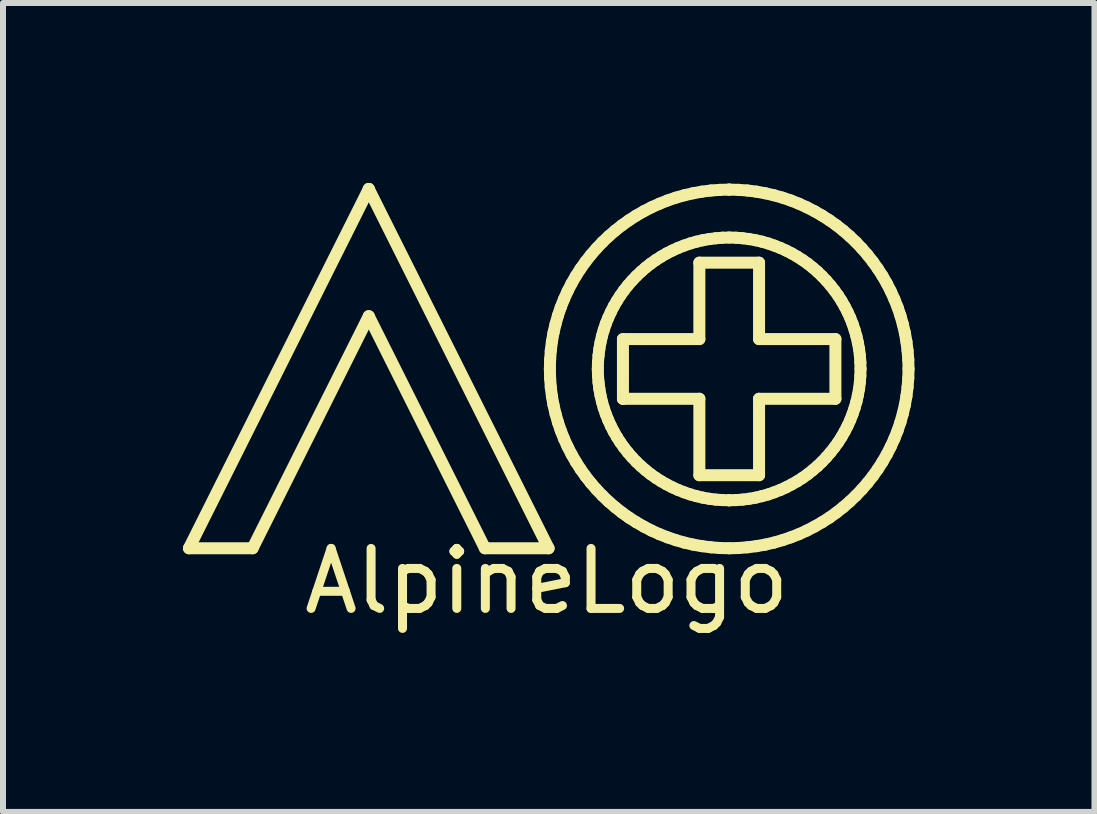
<source format=kicad_pcb>
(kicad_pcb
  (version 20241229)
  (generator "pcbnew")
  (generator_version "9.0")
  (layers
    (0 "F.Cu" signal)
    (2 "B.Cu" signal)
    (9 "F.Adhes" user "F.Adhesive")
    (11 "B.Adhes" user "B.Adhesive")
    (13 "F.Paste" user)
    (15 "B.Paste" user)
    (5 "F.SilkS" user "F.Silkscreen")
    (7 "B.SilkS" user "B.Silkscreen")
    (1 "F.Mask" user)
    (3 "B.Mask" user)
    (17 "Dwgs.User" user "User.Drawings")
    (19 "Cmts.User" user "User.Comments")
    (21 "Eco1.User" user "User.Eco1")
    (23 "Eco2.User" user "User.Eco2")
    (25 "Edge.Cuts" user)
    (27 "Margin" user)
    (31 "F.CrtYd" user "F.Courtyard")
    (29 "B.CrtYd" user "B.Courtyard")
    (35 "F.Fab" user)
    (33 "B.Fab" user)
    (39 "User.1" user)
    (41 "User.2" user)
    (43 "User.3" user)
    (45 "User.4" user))
  (footprint "AlpineLogo"
    (layer "F.Cu")
    (at 6.065 6.138)
    (property "Reference" "AlpineLogo" (at 0 0.5 0) (layer "F.SilkS") (effects (font (size 1 1) (thickness 0.15))))
    (attr through_hole)
    (fp_line (start -5.965 -0.048) (end -2.967 -6.038) (stroke (width 0.2) (type solid)) (layer "F.SilkS"))
    (fp_line (start -4.904 -0.048) (end -5.965 -0.048) (stroke (width 0.2) (type solid)) (layer "F.SilkS"))
    (fp_line (start -2.967 -6.038) (end -2.967 -6.038) (stroke (width 0.2) (type solid)) (layer "F.SilkS"))
    (fp_line (start -2.967 -6.038) (end 0.03 -0.048) (stroke (width 0.2) (type solid)) (layer "F.SilkS"))
    (fp_line (start -2.967 -3.917) (end -4.904 -0.048) (stroke (width 0.2) (type solid)) (layer "F.SilkS"))
    (fp_line (start -1.031 -0.048) (end -2.967 -3.917) (stroke (width 0.2) (type solid)) (layer "F.SilkS"))
    (fp_line (start 0.03 -0.048) (end -1.031 -0.048) (stroke (width 0.2) (type solid)) (layer "F.SilkS"))
    (fp_line (start 0.052 -3.038) (end 0.056 -2.884) (stroke (width 0.2) (type solid)) (layer "F.SilkS"))
    (fp_line (start 0.056 -3.191) (end 0.052 -3.038) (stroke (width 0.2) (type solid)) (layer "F.SilkS"))
    (fp_line (start 0.056 -2.884) (end 0.067 -2.732) (stroke (width 0.2) (type solid)) (layer "F.SilkS"))
    (fp_line (start 0.067 -3.343) (end 0.056 -3.191) (stroke (width 0.2) (type solid)) (layer "F.SilkS"))
    (fp_line (start 0.067 -2.732) (end 0.086 -2.583) (stroke (width 0.2) (type solid)) (layer "F.SilkS"))
    (fp_line (start 0.086 -3.492) (end 0.067 -3.343) (stroke (width 0.2) (type solid)) (layer "F.SilkS"))
    (fp_line (start 0.086 -2.583) (end 0.112 -2.436) (stroke (width 0.2) (type solid)) (layer "F.SilkS"))
    (fp_line (start 0.112 -3.639) (end 0.086 -3.492) (stroke (width 0.2) (type solid)) (layer "F.SilkS"))
    (fp_line (start 0.112 -2.436) (end 0.146 -2.291) (stroke (width 0.2) (type solid)) (layer "F.SilkS"))
    (fp_line (start 0.146 -3.784) (end 0.112 -3.639) (stroke (width 0.2) (type solid)) (layer "F.SilkS"))
    (fp_line (start 0.146 -2.291) (end 0.186 -2.15) (stroke (width 0.2) (type solid)) (layer "F.SilkS"))
    (fp_line (start 0.186 -3.926) (end 0.146 -3.784) (stroke (width 0.2) (type solid)) (layer "F.SilkS"))
    (fp_line (start 0.186 -2.15) (end 0.233 -2.011) (stroke (width 0.2) (type solid)) (layer "F.SilkS"))
    (fp_line (start 0.233 -4.065) (end 0.186 -3.926) (stroke (width 0.2) (type solid)) (layer "F.SilkS"))
    (fp_line (start 0.233 -2.011) (end 0.287 -1.875) (stroke (width 0.2) (type solid)) (layer "F.SilkS"))
    (fp_line (start 0.287 -4.2) (end 0.233 -4.065) (stroke (width 0.2) (type solid)) (layer "F.SilkS"))
    (fp_line (start 0.287 -1.875) (end 0.347 -1.743) (stroke (width 0.2) (type solid)) (layer "F.SilkS"))
    (fp_line (start 0.347 -4.333) (end 0.287 -4.2) (stroke (width 0.2) (type solid)) (layer "F.SilkS"))
    (fp_line (start 0.347 -1.743) (end 0.413 -1.614) (stroke (width 0.2) (type solid)) (layer "F.SilkS"))
    (fp_line (start 0.413 -4.462) (end 0.347 -4.333) (stroke (width 0.2) (type solid)) (layer "F.SilkS"))
    (fp_line (start 0.413 -1.614) (end 0.485 -1.489) (stroke (width 0.2) (type solid)) (layer "F.SilkS"))
    (fp_line (start 0.485 -4.587) (end 0.413 -4.462) (stroke (width 0.2) (type solid)) (layer "F.SilkS"))
    (fp_line (start 0.485 -1.489) (end 0.563 -1.367) (stroke (width 0.2) (type solid)) (layer "F.SilkS"))
    (fp_line (start 0.563 -4.708) (end 0.485 -4.587) (stroke (width 0.2) (type solid)) (layer "F.SilkS"))
    (fp_line (start 0.563 -1.367) (end 0.646 -1.25) (stroke (width 0.2) (type solid)) (layer "F.SilkS"))
    (fp_line (start 0.646 -4.825) (end 0.563 -4.708) (stroke (width 0.2) (type solid)) (layer "F.SilkS"))
    (fp_line (start 0.646 -1.25) (end 0.735 -1.137) (stroke (width 0.2) (type solid)) (layer "F.SilkS"))
    (fp_line (start 0.735 -4.938) (end 0.646 -4.825) (stroke (width 0.2) (type solid)) (layer "F.SilkS"))
    (fp_line (start 0.735 -1.137) (end 0.829 -1.029) (stroke (width 0.2) (type solid)) (layer "F.SilkS"))
    (fp_line (start 0.829 -5.047) (end 0.735 -4.938) (stroke (width 0.2) (type solid)) (layer "F.SilkS"))
    (fp_line (start 0.829 -1.029) (end 0.928 -0.925) (stroke (width 0.2) (type solid)) (layer "F.SilkS"))
    (fp_line (start 0.851 -3.038) (end 0.854 -3.15) (stroke (width 0.2) (type solid)) (layer "F.SilkS"))
    (fp_line (start 0.854 -3.15) (end 0.863 -3.261) (stroke (width 0.2) (type solid)) (layer "F.SilkS"))
    (fp_line (start 0.854 -2.925) (end 0.851 -3.038) (stroke (width 0.2) (type solid)) (layer "F.SilkS"))
    (fp_line (start 0.863 -3.261) (end 0.877 -3.371) (stroke (width 0.2) (type solid)) (layer "F.SilkS"))
    (fp_line (start 0.863 -2.814) (end 0.854 -2.925) (stroke (width 0.2) (type solid)) (layer "F.SilkS"))
    (fp_line (start 0.877 -3.371) (end 0.896 -3.479) (stroke (width 0.2) (type solid)) (layer "F.SilkS"))
    (fp_line (start 0.877 -2.705) (end 0.863 -2.814) (stroke (width 0.2) (type solid)) (layer "F.SilkS"))
    (fp_line (start 0.896 -3.479) (end 0.92 -3.584) (stroke (width 0.2) (type solid)) (layer "F.SilkS"))
    (fp_line (start 0.896 -2.597) (end 0.877 -2.705) (stroke (width 0.2) (type solid)) (layer "F.SilkS"))
    (fp_line (start 0.92 -3.584) (end 0.95 -3.688) (stroke (width 0.2) (type solid)) (layer "F.SilkS"))
    (fp_line (start 0.92 -2.491) (end 0.896 -2.597) (stroke (width 0.2) (type solid)) (layer "F.SilkS"))
    (fp_line (start 0.928 -5.151) (end 0.829 -5.047) (stroke (width 0.2) (type solid)) (layer "F.SilkS"))
    (fp_line (start 0.928 -0.925) (end 1.032 -0.826) (stroke (width 0.2) (type solid)) (layer "F.SilkS"))
    (fp_line (start 0.95 -3.688) (end 0.984 -3.79) (stroke (width 0.2) (type solid)) (layer "F.SilkS"))
    (fp_line (start 0.95 -2.387) (end 0.92 -2.491) (stroke (width 0.2) (type solid)) (layer "F.SilkS"))
    (fp_line (start 0.984 -3.79) (end 1.024 -3.889) (stroke (width 0.2) (type solid)) (layer "F.SilkS"))
    (fp_line (start 0.984 -2.286) (end 0.95 -2.387) (stroke (width 0.2) (type solid)) (layer "F.SilkS"))
    (fp_line (start 1.024 -3.889) (end 1.068 -3.986) (stroke (width 0.2) (type solid)) (layer "F.SilkS"))
    (fp_line (start 1.024 -2.186) (end 0.984 -2.286) (stroke (width 0.2) (type solid)) (layer "F.SilkS"))
    (fp_line (start 1.032 -5.25) (end 0.928 -5.151) (stroke (width 0.2) (type solid)) (layer "F.SilkS"))
    (fp_line (start 1.032 -0.826) (end 1.141 -0.732) (stroke (width 0.2) (type solid)) (layer "F.SilkS"))
    (fp_line (start 1.068 -3.986) (end 1.116 -4.081) (stroke (width 0.2) (type solid)) (layer "F.SilkS"))
    (fp_line (start 1.068 -2.089) (end 1.024 -2.186) (stroke (width 0.2) (type solid)) (layer "F.SilkS"))
    (fp_line (start 1.116 -4.081) (end 1.169 -4.172) (stroke (width 0.2) (type solid)) (layer "F.SilkS"))
    (fp_line (start 1.116 -1.995) (end 1.068 -2.089) (stroke (width 0.2) (type solid)) (layer "F.SilkS"))
    (fp_line (start 1.141 -5.344) (end 1.032 -5.25) (stroke (width 0.2) (type solid)) (layer "F.SilkS"))
    (fp_line (start 1.141 -0.732) (end 1.254 -0.643) (stroke (width 0.2) (type solid)) (layer "F.SilkS"))
    (fp_line (start 1.169 -4.172) (end 1.226 -4.261) (stroke (width 0.2) (type solid)) (layer "F.SilkS"))
    (fp_line (start 1.169 -1.903) (end 1.116 -1.995) (stroke (width 0.2) (type solid)) (layer "F.SilkS"))
    (fp_line (start 1.226 -4.261) (end 1.287 -4.347) (stroke (width 0.2) (type solid)) (layer "F.SilkS"))
    (fp_line (start 1.226 -1.814) (end 1.169 -1.903) (stroke (width 0.2) (type solid)) (layer "F.SilkS"))
    (fp_line (start 1.254 -5.433) (end 1.141 -5.344) (stroke (width 0.2) (type solid)) (layer "F.SilkS"))
    (fp_line (start 1.254 -0.643) (end 1.371 -0.559) (stroke (width 0.2) (type solid)) (layer "F.SilkS"))
    (fp_line (start 1.27 -3.535) (end 2.544 -3.535) (stroke (width 0.2) (type solid)) (layer "F.SilkS"))
    (fp_line (start 1.27 -2.54) (end 1.27 -3.535) (stroke (width 0.2) (type solid)) (layer "F.SilkS"))
    (fp_line (start 1.27 -2.54) (end 1.27 -2.54) (stroke (width 0.2) (type solid)) (layer "F.SilkS"))
    (fp_line (start 1.287 -4.347) (end 1.352 -4.43) (stroke (width 0.2) (type solid)) (layer "F.SilkS"))
    (fp_line (start 1.287 -1.728) (end 1.226 -1.814) (stroke (width 0.2) (type solid)) (layer "F.SilkS"))
    (fp_line (start 1.352 -4.43) (end 1.421 -4.509) (stroke (width 0.2) (type solid)) (layer "F.SilkS"))
    (fp_line (start 1.352 -1.646) (end 1.287 -1.728) (stroke (width 0.2) (type solid)) (layer "F.SilkS"))
    (fp_line (start 1.371 -5.516) (end 1.254 -5.433) (stroke (width 0.2) (type solid)) (layer "F.SilkS"))
    (fp_line (start 1.371 -0.559) (end 1.492 -0.482) (stroke (width 0.2) (type solid)) (layer "F.SilkS"))
    (fp_line (start 1.421 -4.509) (end 1.493 -4.585) (stroke (width 0.2) (type solid)) (layer "F.SilkS"))
    (fp_line (start 1.421 -1.566) (end 1.352 -1.646) (stroke (width 0.2) (type solid)) (layer "F.SilkS"))
    (fp_line (start 1.492 -5.594) (end 1.371 -5.516) (stroke (width 0.2) (type solid)) (layer "F.SilkS"))
    (fp_line (start 1.492 -0.482) (end 1.617 -0.41) (stroke (width 0.2) (type solid)) (layer "F.SilkS"))
    (fp_line (start 1.493 -4.585) (end 1.57 -4.658) (stroke (width 0.2) (type solid)) (layer "F.SilkS"))
    (fp_line (start 1.493 -1.49) (end 1.421 -1.566) (stroke (width 0.2) (type solid)) (layer "F.SilkS"))
    (fp_line (start 1.57 -4.658) (end 1.649 -4.727) (stroke (width 0.2) (type solid)) (layer "F.SilkS"))
    (fp_line (start 1.57 -1.417) (end 1.493 -1.49) (stroke (width 0.2) (type solid)) (layer "F.SilkS"))
    (fp_line (start 1.617 -5.666) (end 1.492 -5.594) (stroke (width 0.2) (type solid)) (layer "F.SilkS"))
    (fp_line (start 1.617 -0.41) (end 1.746 -0.343) (stroke (width 0.2) (type solid)) (layer "F.SilkS"))
    (fp_line (start 1.649 -4.727) (end 1.732 -4.792) (stroke (width 0.2) (type solid)) (layer "F.SilkS"))
    (fp_line (start 1.649 -1.349) (end 1.57 -1.417) (stroke (width 0.2) (type solid)) (layer "F.SilkS"))
    (fp_line (start 1.732 -4.792) (end 1.818 -4.853) (stroke (width 0.2) (type solid)) (layer "F.SilkS"))
    (fp_line (start 1.732 -1.283) (end 1.649 -1.349) (stroke (width 0.2) (type solid)) (layer "F.SilkS"))
    (fp_line (start 1.746 -5.732) (end 1.617 -5.666) (stroke (width 0.2) (type solid)) (layer "F.SilkS"))
    (fp_line (start 1.746 -0.343) (end 1.879 -0.283) (stroke (width 0.2) (type solid)) (layer "F.SilkS"))
    (fp_line (start 1.818 -4.853) (end 1.907 -4.91) (stroke (width 0.2) (type solid)) (layer "F.SilkS"))
    (fp_line (start 1.818 -1.222) (end 1.732 -1.283) (stroke (width 0.2) (type solid)) (layer "F.SilkS"))
    (fp_line (start 1.879 -5.792) (end 1.746 -5.732) (stroke (width 0.2) (type solid)) (layer "F.SilkS"))
    (fp_line (start 1.879 -0.283) (end 2.014 -0.23) (stroke (width 0.2) (type solid)) (layer "F.SilkS"))
    (fp_line (start 1.907 -4.91) (end 1.998 -4.963) (stroke (width 0.2) (type solid)) (layer "F.SilkS"))
    (fp_line (start 1.907 -1.165) (end 1.818 -1.222) (stroke (width 0.2) (type solid)) (layer "F.SilkS"))
    (fp_line (start 1.998 -4.963) (end 2.093 -5.011) (stroke (width 0.2) (type solid)) (layer "F.SilkS"))
    (fp_line (start 1.998 -1.113) (end 1.907 -1.165) (stroke (width 0.2) (type solid)) (layer "F.SilkS"))
    (fp_line (start 2.014 -5.846) (end 1.879 -5.792) (stroke (width 0.2) (type solid)) (layer "F.SilkS"))
    (fp_line (start 2.014 -0.23) (end 2.153 -0.183) (stroke (width 0.2) (type solid)) (layer "F.SilkS"))
    (fp_line (start 2.093 -5.011) (end 2.19 -5.055) (stroke (width 0.2) (type solid)) (layer "F.SilkS"))
    (fp_line (start 2.093 -1.064) (end 1.998 -1.113) (stroke (width 0.2) (type solid)) (layer "F.SilkS"))
    (fp_line (start 2.153 -5.893) (end 2.014 -5.846) (stroke (width 0.2) (type solid)) (layer "F.SilkS"))
    (fp_line (start 2.153 -0.183) (end 2.295 -0.142) (stroke (width 0.2) (type solid)) (layer "F.SilkS"))
    (fp_line (start 2.19 -5.055) (end 2.289 -5.094) (stroke (width 0.2) (type solid)) (layer "F.SilkS"))
    (fp_line (start 2.19 -1.02) (end 2.093 -1.064) (stroke (width 0.2) (type solid)) (layer "F.SilkS"))
    (fp_line (start 2.289 -5.094) (end 2.391 -5.129) (stroke (width 0.2) (type solid)) (layer "F.SilkS"))
    (fp_line (start 2.289 -0.981) (end 2.19 -1.02) (stroke (width 0.2) (type solid)) (layer "F.SilkS"))
    (fp_line (start 2.295 -5.933) (end 2.153 -5.893) (stroke (width 0.2) (type solid)) (layer "F.SilkS"))
    (fp_line (start 2.295 -0.142) (end 2.439 -0.109) (stroke (width 0.2) (type solid)) (layer "F.SilkS"))
    (fp_line (start 2.391 -5.129) (end 2.495 -5.159) (stroke (width 0.2) (type solid)) (layer "F.SilkS"))
    (fp_line (start 2.391 -0.946) (end 2.289 -0.981) (stroke (width 0.2) (type solid)) (layer "F.SilkS"))
    (fp_line (start 2.439 -5.966) (end 2.295 -5.933) (stroke (width 0.2) (type solid)) (layer "F.SilkS"))
    (fp_line (start 2.439 -0.109) (end 2.586 -0.083) (stroke (width 0.2) (type solid)) (layer "F.SilkS"))
    (fp_line (start 2.495 -5.159) (end 2.6 -5.183) (stroke (width 0.2) (type solid)) (layer "F.SilkS"))
    (fp_line (start 2.495 -0.917) (end 2.391 -0.946) (stroke (width 0.2) (type solid)) (layer "F.SilkS"))
    (fp_line (start 2.544 -4.809) (end 3.539 -4.809) (stroke (width 0.2) (type solid)) (layer "F.SilkS"))
    (fp_line (start 2.544 -3.535) (end 2.544 -4.809) (stroke (width 0.2) (type solid)) (layer "F.SilkS"))
    (fp_line (start 2.544 -2.54) (end 1.27 -2.54) (stroke (width 0.2) (type solid)) (layer "F.SilkS"))
    (fp_line (start 2.544 -1.266) (end 2.544 -2.54) (stroke (width 0.2) (type solid)) (layer "F.SilkS"))
    (fp_line (start 2.586 -5.993) (end 2.439 -5.966) (stroke (width 0.2) (type solid)) (layer "F.SilkS"))
    (fp_line (start 2.586 -0.083) (end 2.736 -0.064) (stroke (width 0.2) (type solid)) (layer "F.SilkS"))
    (fp_line (start 2.6 -5.183) (end 2.708 -5.202) (stroke (width 0.2) (type solid)) (layer "F.SilkS"))
    (fp_line (start 2.6 -0.892) (end 2.495 -0.917) (stroke (width 0.2) (type solid)) (layer "F.SilkS"))
    (fp_line (start 2.708 -5.202) (end 2.818 -5.216) (stroke (width 0.2) (type solid)) (layer "F.SilkS"))
    (fp_line (start 2.708 -0.873) (end 2.6 -0.892) (stroke (width 0.2) (type solid)) (layer "F.SilkS"))
    (fp_line (start 2.736 -6.012) (end 2.586 -5.993) (stroke (width 0.2) (type solid)) (layer "F.SilkS"))
    (fp_line (start 2.736 -0.064) (end 2.888 -0.052) (stroke (width 0.2) (type solid)) (layer "F.SilkS"))
    (fp_line (start 2.818 -5.216) (end 2.929 -5.225) (stroke (width 0.2) (type solid)) (layer "F.SilkS"))
    (fp_line (start 2.818 -0.859) (end 2.708 -0.873) (stroke (width 0.2) (type solid)) (layer "F.SilkS"))
    (fp_line (start 2.888 -6.023) (end 2.736 -6.012) (stroke (width 0.2) (type solid)) (layer "F.SilkS"))
    (fp_line (start 2.888 -0.052) (end 3.041 -0.048) (stroke (width 0.2) (type solid)) (layer "F.SilkS"))
    (fp_line (start 2.929 -5.225) (end 3.041 -5.228) (stroke (width 0.2) (type solid)) (layer "F.SilkS"))
    (fp_line (start 2.929 -0.851) (end 2.818 -0.859) (stroke (width 0.2) (type solid)) (layer "F.SilkS"))
    (fp_line (start 3.041 -6.027) (end 2.888 -6.023) (stroke (width 0.2) (type solid)) (layer "F.SilkS"))
    (fp_line (start 3.041 -6.027) (end 3.041 -6.027) (stroke (width 0.2) (type solid)) (layer "F.SilkS"))
    (fp_line (start 3.041 -5.228) (end 3.154 -5.225) (stroke (width 0.2) (type solid)) (layer "F.SilkS"))
    (fp_line (start 3.041 -0.848) (end 2.929 -0.851) (stroke (width 0.2) (type solid)) (layer "F.SilkS"))
    (fp_line (start 3.041 -0.848) (end 3.041 -0.848) (stroke (width 0.2) (type solid)) (layer "F.SilkS"))
    (fp_line (start 3.041 -0.048) (end 3.195 -0.052) (stroke (width 0.2) (type solid)) (layer "F.SilkS"))
    (fp_line (start 3.154 -5.225) (end 3.265 -5.216) (stroke (width 0.2) (type solid)) (layer "F.SilkS"))
    (fp_line (start 3.154 -0.851) (end 3.041 -0.848) (stroke (width 0.2) (type solid)) (layer "F.SilkS"))
    (fp_line (start 3.195 -6.023) (end 3.041 -6.027) (stroke (width 0.2) (type solid)) (layer "F.SilkS"))
    (fp_line (start 3.195 -0.052) (end 3.346 -0.064) (stroke (width 0.2) (type solid)) (layer "F.SilkS"))
    (fp_line (start 3.265 -5.216) (end 3.374 -5.202) (stroke (width 0.2) (type solid)) (layer "F.SilkS"))
    (fp_line (start 3.265 -0.859) (end 3.154 -0.851) (stroke (width 0.2) (type solid)) (layer "F.SilkS"))
    (fp_line (start 3.346 -6.012) (end 3.195 -6.023) (stroke (width 0.2) (type solid)) (layer "F.SilkS"))
    (fp_line (start 3.346 -0.064) (end 3.496 -0.083) (stroke (width 0.2) (type solid)) (layer "F.SilkS"))
    (fp_line (start 3.374 -5.202) (end 3.482 -5.183) (stroke (width 0.2) (type solid)) (layer "F.SilkS"))
    (fp_line (start 3.374 -0.873) (end 3.265 -0.859) (stroke (width 0.2) (type solid)) (layer "F.SilkS"))
    (fp_line (start 3.482 -5.183) (end 3.588 -5.159) (stroke (width 0.2) (type solid)) (layer "F.SilkS"))
    (fp_line (start 3.482 -0.892) (end 3.374 -0.873) (stroke (width 0.2) (type solid)) (layer "F.SilkS"))
    (fp_line (start 3.496 -5.993) (end 3.346 -6.012) (stroke (width 0.2) (type solid)) (layer "F.SilkS"))
    (fp_line (start 3.496 -0.083) (end 3.643 -0.109) (stroke (width 0.2) (type solid)) (layer "F.SilkS"))
    (fp_line (start 3.539 -4.809) (end 3.539 -3.535) (stroke (width 0.2) (type solid)) (layer "F.SilkS"))
    (fp_line (start 3.539 -3.535) (end 4.812 -3.535) (stroke (width 0.2) (type solid)) (layer "F.SilkS"))
    (fp_line (start 3.539 -2.54) (end 3.539 -1.266) (stroke (width 0.2) (type solid)) (layer "F.SilkS"))
    (fp_line (start 3.539 -1.266) (end 2.544 -1.266) (stroke (width 0.2) (type solid)) (layer "F.SilkS"))
    (fp_line (start 3.588 -5.159) (end 3.692 -5.129) (stroke (width 0.2) (type solid)) (layer "F.SilkS"))
    (fp_line (start 3.588 -0.917) (end 3.482 -0.892) (stroke (width 0.2) (type solid)) (layer "F.SilkS"))
    (fp_line (start 3.643 -5.966) (end 3.496 -5.993) (stroke (width 0.2) (type solid)) (layer "F.SilkS"))
    (fp_line (start 3.643 -0.109) (end 3.787 -0.142) (stroke (width 0.2) (type solid)) (layer "F.SilkS"))
    (fp_line (start 3.692 -5.129) (end 3.793 -5.094) (stroke (width 0.2) (type solid)) (layer "F.SilkS"))
    (fp_line (start 3.692 -0.946) (end 3.588 -0.917) (stroke (width 0.2) (type solid)) (layer "F.SilkS"))
    (fp_line (start 3.787 -5.933) (end 3.643 -5.966) (stroke (width 0.2) (type solid)) (layer "F.SilkS"))
    (fp_line (start 3.787 -0.142) (end 3.929 -0.183) (stroke (width 0.2) (type solid)) (layer "F.SilkS"))
    (fp_line (start 3.793 -5.094) (end 3.893 -5.055) (stroke (width 0.2) (type solid)) (layer "F.SilkS"))
    (fp_line (start 3.793 -0.981) (end 3.692 -0.946) (stroke (width 0.2) (type solid)) (layer "F.SilkS"))
    (fp_line (start 3.893 -5.055) (end 3.99 -5.011) (stroke (width 0.2) (type solid)) (layer "F.SilkS"))
    (fp_line (start 3.893 -1.02) (end 3.793 -0.981) (stroke (width 0.2) (type solid)) (layer "F.SilkS"))
    (fp_line (start 3.929 -5.893) (end 3.787 -5.933) (stroke (width 0.2) (type solid)) (layer "F.SilkS"))
    (fp_line (start 3.929 -0.183) (end 4.068 -0.23) (stroke (width 0.2) (type solid)) (layer "F.SilkS"))
    (fp_line (start 3.99 -5.011) (end 4.084 -4.963) (stroke (width 0.2) (type solid)) (layer "F.SilkS"))
    (fp_line (start 3.99 -1.064) (end 3.893 -1.02) (stroke (width 0.2) (type solid)) (layer "F.SilkS"))
    (fp_line (start 4.068 -5.846) (end 3.929 -5.893) (stroke (width 0.2) (type solid)) (layer "F.SilkS"))
    (fp_line (start 4.068 -0.23) (end 4.204 -0.283) (stroke (width 0.2) (type solid)) (layer "F.SilkS"))
    (fp_line (start 4.084 -4.963) (end 4.176 -4.91) (stroke (width 0.2) (type solid)) (layer "F.SilkS"))
    (fp_line (start 4.084 -1.113) (end 3.99 -1.064) (stroke (width 0.2) (type solid)) (layer "F.SilkS"))
    (fp_line (start 4.176 -4.91) (end 4.265 -4.853) (stroke (width 0.2) (type solid)) (layer "F.SilkS"))
    (fp_line (start 4.176 -1.165) (end 4.084 -1.113) (stroke (width 0.2) (type solid)) (layer "F.SilkS"))
    (fp_line (start 4.204 -5.792) (end 4.068 -5.846) (stroke (width 0.2) (type solid)) (layer "F.SilkS"))
    (fp_line (start 4.204 -0.283) (end 4.336 -0.343) (stroke (width 0.2) (type solid)) (layer "F.SilkS"))
    (fp_line (start 4.265 -4.853) (end 4.351 -4.792) (stroke (width 0.2) (type solid)) (layer "F.SilkS"))
    (fp_line (start 4.265 -1.222) (end 4.176 -1.165) (stroke (width 0.2) (type solid)) (layer "F.SilkS"))
    (fp_line (start 4.336 -5.732) (end 4.204 -5.792) (stroke (width 0.2) (type solid)) (layer "F.SilkS"))
    (fp_line (start 4.336 -0.343) (end 4.465 -0.41) (stroke (width 0.2) (type solid)) (layer "F.SilkS"))
    (fp_line (start 4.351 -4.792) (end 4.433 -4.727) (stroke (width 0.2) (type solid)) (layer "F.SilkS"))
    (fp_line (start 4.351 -1.283) (end 4.265 -1.222) (stroke (width 0.2) (type solid)) (layer "F.SilkS"))
    (fp_line (start 4.433 -4.727) (end 4.513 -4.658) (stroke (width 0.2) (type solid)) (layer "F.SilkS"))
    (fp_line (start 4.433 -1.349) (end 4.351 -1.283) (stroke (width 0.2) (type solid)) (layer "F.SilkS"))
    (fp_line (start 4.465 -5.666) (end 4.336 -5.732) (stroke (width 0.2) (type solid)) (layer "F.SilkS"))
    (fp_line (start 4.465 -0.41) (end 4.59 -0.482) (stroke (width 0.2) (type solid)) (layer "F.SilkS"))
    (fp_line (start 4.513 -4.658) (end 4.589 -4.585) (stroke (width 0.2) (type solid)) (layer "F.SilkS"))
    (fp_line (start 4.513 -1.417) (end 4.433 -1.349) (stroke (width 0.2) (type solid)) (layer "F.SilkS"))
    (fp_line (start 4.589 -4.585) (end 4.661 -4.509) (stroke (width 0.2) (type solid)) (layer "F.SilkS"))
    (fp_line (start 4.589 -1.49) (end 4.513 -1.417) (stroke (width 0.2) (type solid)) (layer "F.SilkS"))
    (fp_line (start 4.59 -5.594) (end 4.465 -5.666) (stroke (width 0.2) (type solid)) (layer "F.SilkS"))
    (fp_line (start 4.59 -0.482) (end 4.712 -0.559) (stroke (width 0.2) (type solid)) (layer "F.SilkS"))
    (fp_line (start 4.661 -4.509) (end 4.73 -4.43) (stroke (width 0.2) (type solid)) (layer "F.SilkS"))
    (fp_line (start 4.661 -1.566) (end 4.589 -1.49) (stroke (width 0.2) (type solid)) (layer "F.SilkS"))
    (fp_line (start 4.712 -5.516) (end 4.59 -5.594) (stroke (width 0.2) (type solid)) (layer "F.SilkS"))
    (fp_line (start 4.712 -0.559) (end 4.829 -0.643) (stroke (width 0.2) (type solid)) (layer "F.SilkS"))
    (fp_line (start 4.73 -4.43) (end 4.795 -4.347) (stroke (width 0.2) (type solid)) (layer "F.SilkS"))
    (fp_line (start 4.73 -1.646) (end 4.661 -1.566) (stroke (width 0.2) (type solid)) (layer "F.SilkS"))
    (fp_line (start 4.795 -4.347) (end 4.857 -4.261) (stroke (width 0.2) (type solid)) (layer "F.SilkS"))
    (fp_line (start 4.795 -1.728) (end 4.73 -1.646) (stroke (width 0.2) (type solid)) (layer "F.SilkS"))
    (fp_line (start 4.812 -3.535) (end 4.812 -2.54) (stroke (width 0.2) (type solid)) (layer "F.SilkS"))
    (fp_line (start 4.812 -2.54) (end 3.539 -2.54) (stroke (width 0.2) (type solid)) (layer "F.SilkS"))
    (fp_line (start 4.829 -5.433) (end 4.712 -5.516) (stroke (width 0.2) (type solid)) (layer "F.SilkS"))
    (fp_line (start 4.829 -0.643) (end 4.942 -0.732) (stroke (width 0.2) (type solid)) (layer "F.SilkS"))
    (fp_line (start 4.857 -4.261) (end 4.914 -4.172) (stroke (width 0.2) (type solid)) (layer "F.SilkS"))
    (fp_line (start 4.857 -1.814) (end 4.795 -1.728) (stroke (width 0.2) (type solid)) (layer "F.SilkS"))
    (fp_line (start 4.914 -4.172) (end 4.966 -4.081) (stroke (width 0.2) (type solid)) (layer "F.SilkS"))
    (fp_line (start 4.914 -1.903) (end 4.857 -1.814) (stroke (width 0.2) (type solid)) (layer "F.SilkS"))
    (fp_line (start 4.942 -5.344) (end 4.829 -5.433) (stroke (width 0.2) (type solid)) (layer "F.SilkS"))
    (fp_line (start 4.942 -0.732) (end 5.05 -0.826) (stroke (width 0.2) (type solid)) (layer "F.SilkS"))
    (fp_line (start 4.966 -4.081) (end 5.015 -3.986) (stroke (width 0.2) (type solid)) (layer "F.SilkS"))
    (fp_line (start 4.966 -1.995) (end 4.914 -1.903) (stroke (width 0.2) (type solid)) (layer "F.SilkS"))
    (fp_line (start 5.015 -3.986) (end 5.059 -3.889) (stroke (width 0.2) (type solid)) (layer "F.SilkS"))
    (fp_line (start 5.015 -2.089) (end 4.966 -1.995) (stroke (width 0.2) (type solid)) (layer "F.SilkS"))
    (fp_line (start 5.05 -5.25) (end 4.942 -5.344) (stroke (width 0.2) (type solid)) (layer "F.SilkS"))
    (fp_line (start 5.05 -0.826) (end 5.154 -0.925) (stroke (width 0.2) (type solid)) (layer "F.SilkS"))
    (fp_line (start 5.059 -3.889) (end 5.098 -3.79) (stroke (width 0.2) (type solid)) (layer "F.SilkS"))
    (fp_line (start 5.059 -2.186) (end 5.015 -2.089) (stroke (width 0.2) (type solid)) (layer "F.SilkS"))
    (fp_line (start 5.098 -3.79) (end 5.132 -3.688) (stroke (width 0.2) (type solid)) (layer "F.SilkS"))
    (fp_line (start 5.098 -2.286) (end 5.059 -2.186) (stroke (width 0.2) (type solid)) (layer "F.SilkS"))
    (fp_line (start 5.132 -3.688) (end 5.162 -3.584) (stroke (width 0.2) (type solid)) (layer "F.SilkS"))
    (fp_line (start 5.132 -2.387) (end 5.098 -2.286) (stroke (width 0.2) (type solid)) (layer "F.SilkS"))
    (fp_line (start 5.154 -5.151) (end 5.05 -5.25) (stroke (width 0.2) (type solid)) (layer "F.SilkS"))
    (fp_line (start 5.154 -0.925) (end 5.253 -1.029) (stroke (width 0.2) (type solid)) (layer "F.SilkS"))
    (fp_line (start 5.162 -3.584) (end 5.186 -3.479) (stroke (width 0.2) (type solid)) (layer "F.SilkS"))
    (fp_line (start 5.162 -2.491) (end 5.132 -2.387) (stroke (width 0.2) (type solid)) (layer "F.SilkS"))
    (fp_line (start 5.186 -3.479) (end 5.206 -3.371) (stroke (width 0.2) (type solid)) (layer "F.SilkS"))
    (fp_line (start 5.186 -2.597) (end 5.162 -2.491) (stroke (width 0.2) (type solid)) (layer "F.SilkS"))
    (fp_line (start 5.206 -3.371) (end 5.22 -3.261) (stroke (width 0.2) (type solid)) (layer "F.SilkS"))
    (fp_line (start 5.206 -2.705) (end 5.186 -2.597) (stroke (width 0.2) (type solid)) (layer "F.SilkS"))
    (fp_line (start 5.22 -3.261) (end 5.228 -3.15) (stroke (width 0.2) (type solid)) (layer "F.SilkS"))
    (fp_line (start 5.22 -2.814) (end 5.206 -2.705) (stroke (width 0.2) (type solid)) (layer "F.SilkS"))
    (fp_line (start 5.228 -3.15) (end 5.231 -3.038) (stroke (width 0.2) (type solid)) (layer "F.SilkS"))
    (fp_line (start 5.228 -2.925) (end 5.22 -2.814) (stroke (width 0.2) (type solid)) (layer "F.SilkS"))
    (fp_line (start 5.231 -3.038) (end 5.228 -2.925) (stroke (width 0.2) (type solid)) (layer "F.SilkS"))
    (fp_line (start 5.253 -5.047) (end 5.154 -5.151) (stroke (width 0.2) (type solid)) (layer "F.SilkS"))
    (fp_line (start 5.253 -1.029) (end 5.347 -1.137) (stroke (width 0.2) (type solid)) (layer "F.SilkS"))
    (fp_line (start 5.347 -4.938) (end 5.253 -5.047) (stroke (width 0.2) (type solid)) (layer "F.SilkS"))
    (fp_line (start 5.347 -1.137) (end 5.436 -1.25) (stroke (width 0.2) (type solid)) (layer "F.SilkS"))
    (fp_line (start 5.436 -4.825) (end 5.347 -4.938) (stroke (width 0.2) (type solid)) (layer "F.SilkS"))
    (fp_line (start 5.436 -1.25) (end 5.519 -1.367) (stroke (width 0.2) (type solid)) (layer "F.SilkS"))
    (fp_line (start 5.519 -4.708) (end 5.436 -4.825) (stroke (width 0.2) (type solid)) (layer "F.SilkS"))
    (fp_line (start 5.519 -1.367) (end 5.597 -1.489) (stroke (width 0.2) (type solid)) (layer "F.SilkS"))
    (fp_line (start 5.597 -4.587) (end 5.519 -4.708) (stroke (width 0.2) (type solid)) (layer "F.SilkS"))
    (fp_line (start 5.597 -1.489) (end 5.669 -1.614) (stroke (width 0.2) (type solid)) (layer "F.SilkS"))
    (fp_line (start 5.669 -4.462) (end 5.597 -4.587) (stroke (width 0.2) (type solid)) (layer "F.SilkS"))
    (fp_line (start 5.669 -1.614) (end 5.735 -1.743) (stroke (width 0.2) (type solid)) (layer "F.SilkS"))
    (fp_line (start 5.735 -4.333) (end 5.669 -4.462) (stroke (width 0.2) (type solid)) (layer "F.SilkS"))
    (fp_line (start 5.735 -1.743) (end 5.795 -1.875) (stroke (width 0.2) (type solid)) (layer "F.SilkS"))
    (fp_line (start 5.795 -4.2) (end 5.735 -4.333) (stroke (width 0.2) (type solid)) (layer "F.SilkS"))
    (fp_line (start 5.795 -1.875) (end 5.849 -2.011) (stroke (width 0.2) (type solid)) (layer "F.SilkS"))
    (fp_line (start 5.849 -4.065) (end 5.795 -4.2) (stroke (width 0.2) (type solid)) (layer "F.SilkS"))
    (fp_line (start 5.849 -2.011) (end 5.896 -2.15) (stroke (width 0.2) (type solid)) (layer "F.SilkS"))
    (fp_line (start 5.896 -3.926) (end 5.849 -4.065) (stroke (width 0.2) (type solid)) (layer "F.SilkS"))
    (fp_line (start 5.896 -2.15) (end 5.936 -2.291) (stroke (width 0.2) (type solid)) (layer "F.SilkS"))
    (fp_line (start 5.936 -3.784) (end 5.896 -3.926) (stroke (width 0.2) (type solid)) (layer "F.SilkS"))
    (fp_line (start 5.936 -2.291) (end 5.97 -2.436) (stroke (width 0.2) (type solid)) (layer "F.SilkS"))
    (fp_line (start 5.97 -3.639) (end 5.936 -3.784) (stroke (width 0.2) (type solid)) (layer "F.SilkS"))
    (fp_line (start 5.97 -2.436) (end 5.996 -2.583) (stroke (width 0.2) (type solid)) (layer "F.SilkS"))
    (fp_line (start 5.996 -3.492) (end 5.97 -3.639) (stroke (width 0.2) (type solid)) (layer "F.SilkS"))
    (fp_line (start 5.996 -2.583) (end 6.015 -2.732) (stroke (width 0.2) (type solid)) (layer "F.SilkS"))
    (fp_line (start 6.015 -3.343) (end 5.996 -3.492) (stroke (width 0.2) (type solid)) (layer "F.SilkS"))
    (fp_line (start 6.015 -2.732) (end 6.027 -2.884) (stroke (width 0.2) (type solid)) (layer "F.SilkS"))
    (fp_line (start 6.027 -3.191) (end 6.015 -3.343) (stroke (width 0.2) (type solid)) (layer "F.SilkS"))
    (fp_line (start 6.027 -2.884) (end 6.031 -3.038) (stroke (width 0.2) (type solid)) (layer "F.SilkS"))
    (fp_line (start 6.031 -3.038) (end 6.027 -3.191) (stroke (width 0.2) (type solid)) (layer "F.SilkS")))
  (gr_rect
    (start -3 -3)
    (end 15.196 10.486)
    (stroke (width 0.1) (type default))
    (fill no)
    (layer "Edge.Cuts")))
</source>
